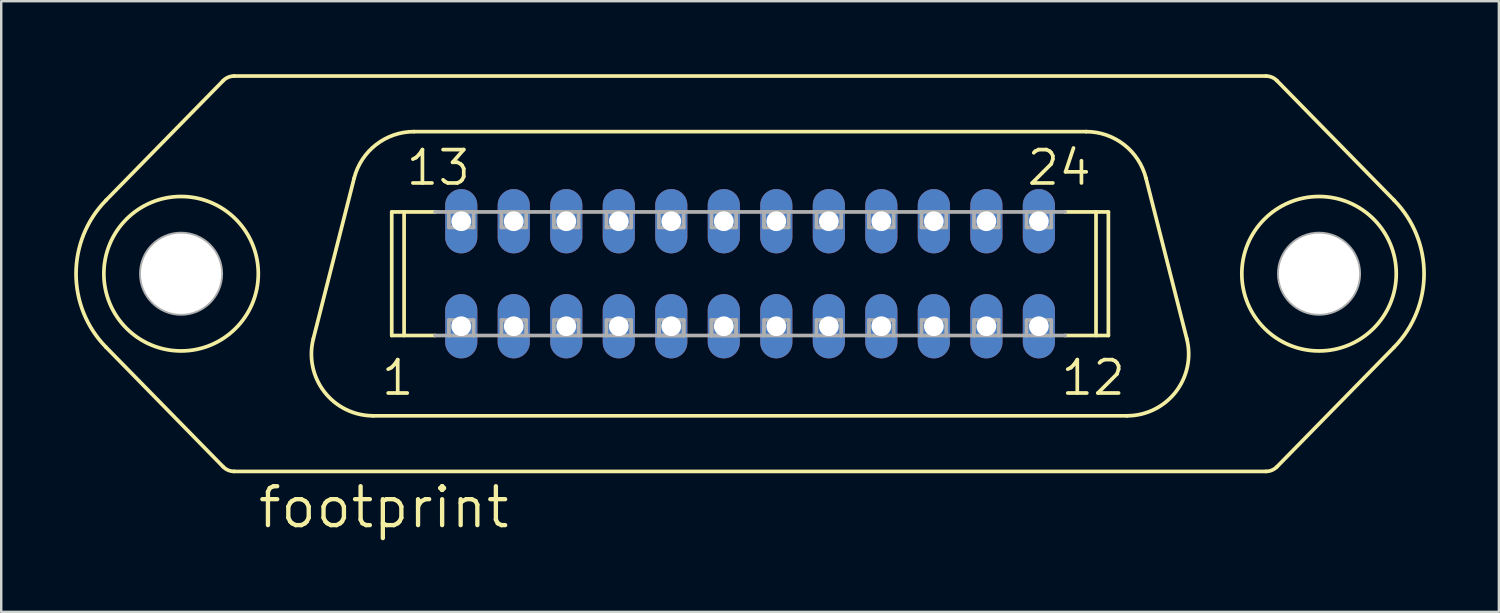
<source format=kicad_pcb>
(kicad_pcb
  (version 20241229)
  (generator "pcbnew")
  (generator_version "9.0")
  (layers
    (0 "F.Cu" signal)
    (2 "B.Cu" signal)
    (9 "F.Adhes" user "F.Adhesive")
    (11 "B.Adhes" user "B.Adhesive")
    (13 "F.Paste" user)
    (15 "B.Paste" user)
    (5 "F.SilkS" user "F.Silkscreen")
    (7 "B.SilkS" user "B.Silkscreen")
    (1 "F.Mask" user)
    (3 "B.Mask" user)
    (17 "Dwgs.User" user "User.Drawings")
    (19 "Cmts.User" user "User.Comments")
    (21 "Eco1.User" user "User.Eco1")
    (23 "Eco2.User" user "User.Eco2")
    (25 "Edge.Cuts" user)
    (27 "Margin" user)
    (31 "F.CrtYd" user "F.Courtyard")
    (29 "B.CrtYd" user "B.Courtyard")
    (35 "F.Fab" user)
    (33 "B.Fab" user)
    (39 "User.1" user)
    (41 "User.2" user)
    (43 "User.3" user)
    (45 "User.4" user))
  (footprint "footprint"
    (layer "F.Cu")
    (at 27.788 8.204)
    (property "Reference" "footprint" (at -20.32 10.541 0) (layer "F.SilkS") (effects (font (size 1.6 1.6) (thickness 0.178)) (justify left bottom)))
    (fp_line (start -21.663 -7.937) (end -26.478 -3.022) (stroke (width 0.152) (type solid)) (layer "F.SilkS"))
    (fp_line (start -21.663 7.937) (end -26.478 3.022) (stroke (width 0.152) (type solid)) (layer "F.SilkS"))
    (fp_line (start -21.209 -8.128) (end 21.209 -8.128) (stroke (width 0.152) (type solid)) (layer "F.SilkS"))
    (fp_line (start -21.209 8.128) (end 21.209 8.128) (stroke (width 0.152) (type solid)) (layer "F.SilkS"))
    (fp_line (start -16.278 -3.928) (end -17.956 2.676) (stroke (width 0.152) (type solid)) (layer "F.SilkS"))
    (fp_line (start -15.494 5.842) (end 15.494 5.842) (stroke (width 0.152) (type solid)) (layer "F.SilkS"))
    (fp_line (start -14.732 -2.54) (end -12.952 -2.54) (stroke (width 0.152) (type solid)) (layer "F.SilkS"))
    (fp_line (start -14.732 2.54) (end -14.732 -2.54) (stroke (width 0.152) (type solid)) (layer "F.SilkS"))
    (fp_line (start -14.732 2.54) (end -12.952 2.54) (stroke (width 0.152) (type solid)) (layer "F.SilkS"))
    (fp_line (start -14.224 2.54) (end -14.224 -2.54) (stroke (width 0.152) (type solid)) (layer "F.SilkS"))
    (fp_line (start -13.816 -5.842) (end 13.816 -5.842) (stroke (width 0.152) (type solid)) (layer "F.SilkS"))
    (fp_line (start 12.952 -2.54) (end 14.732 -2.54) (stroke (width 0.152) (type solid)) (layer "F.SilkS"))
    (fp_line (start 12.952 2.54) (end 14.732 2.54) (stroke (width 0.152) (type solid)) (layer "F.SilkS"))
    (fp_line (start 14.224 2.54) (end 14.224 -2.54) (stroke (width 0.152) (type solid)) (layer "F.SilkS"))
    (fp_line (start 14.732 2.54) (end 14.732 -2.54) (stroke (width 0.152) (type solid)) (layer "F.SilkS"))
    (fp_line (start 16.278 -3.928) (end 17.956 2.676) (stroke (width 0.152) (type solid)) (layer "F.SilkS"))
    (fp_line (start 21.663 -7.937) (end 26.478 -3.022) (stroke (width 0.152) (type solid)) (layer "F.SilkS"))
    (fp_line (start 21.663 7.937) (end 26.478 3.022) (stroke (width 0.152) (type solid)) (layer "F.SilkS"))
    (fp_arc (start -26.477999 3.022001) (mid -27.711365 0.000401) (end -26.478 -3.0212) (stroke (width 0.1524) (type solid)) (layer "F.SilkS"))
    (fp_arc (start -21.663 -7.937) (mid -21.45541 -8.078018) (end -21.2094 -8.1276) (stroke (width 0.1524) (type solid)) (layer "F.SilkS"))
    (fp_arc (start -21.2094 8.1276) (mid -21.45541 8.078018) (end -21.663 7.937) (stroke (width 0.1524) (type solid)) (layer "F.SilkS"))
    (fp_arc (start -16.278 -3.928) (mid -15.375487 -5.307487) (end -13.816199 -5.842401) (stroke (width 0.1524) (type solid)) (layer "F.SilkS"))
    (fp_arc (start -15.494198 5.8416) (mid -17.499285 4.860864) (end -17.956 2.676) (stroke (width 0.1524) (type solid)) (layer "F.SilkS"))
    (fp_arc (start 13.816 -5.842) (mid 15.375288 -5.307086) (end 16.2778 -3.927599) (stroke (width 0.1524) (type solid)) (layer "F.SilkS"))
    (fp_arc (start 17.956 2.675998) (mid 17.499287 4.860862) (end 15.4942 5.8416) (stroke (width 0.1524) (type solid)) (layer "F.SilkS"))
    (fp_arc (start 21.2094 -8.1276) (mid 21.45541 -8.078018) (end 21.663 -7.937) (stroke (width 0.1524) (type solid)) (layer "F.SilkS"))
    (fp_arc (start 21.663 7.937) (mid 21.45541 8.078018) (end 21.2094 8.1276) (stroke (width 0.1524) (type solid)) (layer "F.SilkS"))
    (fp_arc (start 26.477999 -3.021201) (mid 27.711365 0.000399) (end 26.478 3.022) (stroke (width 0.1524) (type solid)) (layer "F.SilkS"))
    (fp_circle (center -23.393 0) (end -20.218 0) (stroke (width 0.152) (type solid)) (fill no) (layer "F.SilkS"))
    (fp_circle (center 23.393 0) (end 26.568 0) (stroke (width 0.152) (type solid)) (fill no) (layer "F.SilkS"))
    (fp_line (start -12.952 -2.54) (end -12.383 -2.54) (stroke (width 0.152) (type solid)) (layer "F.Fab"))
    (fp_line (start -12.952 2.54) (end -12.383 2.54) (stroke (width 0.152) (type solid)) (layer "F.Fab"))
    (fp_line (start -12.383 -2.54) (end -11.367 -2.54) (stroke (width 0.152) (type solid)) (layer "F.Fab"))
    (fp_line (start -12.383 -1.905) (end -12.383 -2.54) (stroke (width 0.152) (type solid)) (layer "F.Fab"))
    (fp_line (start -12.383 1.905) (end -11.367 1.905) (stroke (width 0.152) (type solid)) (layer "F.Fab"))
    (fp_line (start -12.383 2.54) (end -12.383 1.905) (stroke (width 0.152) (type solid)) (layer "F.Fab"))
    (fp_line (start -11.367 -2.54) (end -11.367 -1.905) (stroke (width 0.152) (type solid)) (layer "F.Fab"))
    (fp_line (start -11.367 -2.54) (end -10.223 -2.54) (stroke (width 0.152) (type solid)) (layer "F.Fab"))
    (fp_line (start -11.367 -1.905) (end -12.383 -1.905) (stroke (width 0.152) (type solid)) (layer "F.Fab"))
    (fp_line (start -11.367 1.905) (end -11.367 2.54) (stroke (width 0.152) (type solid)) (layer "F.Fab"))
    (fp_line (start -11.367 2.54) (end -12.383 2.54) (stroke (width 0.152) (type solid)) (layer "F.Fab"))
    (fp_line (start -11.367 2.54) (end -10.223 2.54) (stroke (width 0.152) (type solid)) (layer "F.Fab"))
    (fp_line (start -10.223 -2.54) (end -9.207 -2.54) (stroke (width 0.152) (type solid)) (layer "F.Fab"))
    (fp_line (start -10.223 -1.905) (end -10.223 -2.54) (stroke (width 0.152) (type solid)) (layer "F.Fab"))
    (fp_line (start -10.223 1.905) (end -9.207 1.905) (stroke (width 0.152) (type solid)) (layer "F.Fab"))
    (fp_line (start -10.223 2.54) (end -10.223 1.905) (stroke (width 0.152) (type solid)) (layer "F.Fab"))
    (fp_line (start -9.207 -2.54) (end -9.207 -1.905) (stroke (width 0.152) (type solid)) (layer "F.Fab"))
    (fp_line (start -9.207 -2.54) (end -8.065 -2.54) (stroke (width 0.152) (type solid)) (layer "F.Fab"))
    (fp_line (start -9.207 -1.905) (end -10.223 -1.905) (stroke (width 0.152) (type solid)) (layer "F.Fab"))
    (fp_line (start -9.207 1.905) (end -9.207 2.54) (stroke (width 0.152) (type solid)) (layer "F.Fab"))
    (fp_line (start -9.207 2.54) (end -10.223 2.54) (stroke (width 0.152) (type solid)) (layer "F.Fab"))
    (fp_line (start -9.207 2.54) (end -8.065 2.54) (stroke (width 0.152) (type solid)) (layer "F.Fab"))
    (fp_line (start -8.065 -2.54) (end -7.048 -2.54) (stroke (width 0.152) (type solid)) (layer "F.Fab"))
    (fp_line (start -8.065 -1.905) (end -8.065 -2.54) (stroke (width 0.152) (type solid)) (layer "F.Fab"))
    (fp_line (start -8.065 1.905) (end -7.048 1.905) (stroke (width 0.152) (type solid)) (layer "F.Fab"))
    (fp_line (start -8.065 2.54) (end -8.065 1.905) (stroke (width 0.152) (type solid)) (layer "F.Fab"))
    (fp_line (start -7.048 -2.54) (end -7.048 -1.905) (stroke (width 0.152) (type solid)) (layer "F.Fab"))
    (fp_line (start -7.048 -2.54) (end -5.905 -2.54) (stroke (width 0.152) (type solid)) (layer "F.Fab"))
    (fp_line (start -7.048 -1.905) (end -8.065 -1.905) (stroke (width 0.152) (type solid)) (layer "F.Fab"))
    (fp_line (start -7.048 1.905) (end -7.048 2.54) (stroke (width 0.152) (type solid)) (layer "F.Fab"))
    (fp_line (start -7.048 2.54) (end -8.065 2.54) (stroke (width 0.152) (type solid)) (layer "F.Fab"))
    (fp_line (start -7.048 2.54) (end -5.905 2.54) (stroke (width 0.152) (type solid)) (layer "F.Fab"))
    (fp_line (start -5.905 -2.54) (end -4.889 -2.54) (stroke (width 0.152) (type solid)) (layer "F.Fab"))
    (fp_line (start -5.905 -1.905) (end -5.905 -2.54) (stroke (width 0.152) (type solid)) (layer "F.Fab"))
    (fp_line (start -5.905 1.905) (end -4.889 1.905) (stroke (width 0.152) (type solid)) (layer "F.Fab"))
    (fp_line (start -5.905 2.54) (end -5.905 1.905) (stroke (width 0.152) (type solid)) (layer "F.Fab"))
    (fp_line (start -4.889 -2.54) (end -4.889 -1.905) (stroke (width 0.152) (type solid)) (layer "F.Fab"))
    (fp_line (start -4.889 -2.54) (end -3.747 -2.54) (stroke (width 0.152) (type solid)) (layer "F.Fab"))
    (fp_line (start -4.889 -1.905) (end -5.905 -1.905) (stroke (width 0.152) (type solid)) (layer "F.Fab"))
    (fp_line (start -4.889 1.905) (end -4.889 2.54) (stroke (width 0.152) (type solid)) (layer "F.Fab"))
    (fp_line (start -4.889 2.54) (end -5.905 2.54) (stroke (width 0.152) (type solid)) (layer "F.Fab"))
    (fp_line (start -4.889 2.54) (end -3.747 2.54) (stroke (width 0.152) (type solid)) (layer "F.Fab"))
    (fp_line (start -3.747 -2.54) (end -2.731 -2.54) (stroke (width 0.152) (type solid)) (layer "F.Fab"))
    (fp_line (start -3.747 -1.905) (end -3.747 -2.54) (stroke (width 0.152) (type solid)) (layer "F.Fab"))
    (fp_line (start -3.747 1.905) (end -2.731 1.905) (stroke (width 0.152) (type solid)) (layer "F.Fab"))
    (fp_line (start -3.747 1.905) (end -2.731 1.905) (stroke (width 0.152) (type solid)) (layer "F.Fab"))
    (fp_line (start -3.747 2.54) (end -3.747 1.905) (stroke (width 0.152) (type solid)) (layer "F.Fab"))
    (fp_line (start -3.747 2.54) (end -3.747 1.905) (stroke (width 0.152) (type solid)) (layer "F.Fab"))
    (fp_line (start -2.731 -2.54) (end -2.731 -1.905) (stroke (width 0.152) (type solid)) (layer "F.Fab"))
    (fp_line (start -2.731 -2.54) (end -1.587 -2.54) (stroke (width 0.152) (type solid)) (layer "F.Fab"))
    (fp_line (start -2.731 -1.905) (end -3.747 -1.905) (stroke (width 0.152) (type solid)) (layer "F.Fab"))
    (fp_line (start -2.731 1.905) (end -2.731 2.54) (stroke (width 0.152) (type solid)) (layer "F.Fab"))
    (fp_line (start -2.731 1.905) (end -2.731 2.54) (stroke (width 0.152) (type solid)) (layer "F.Fab"))
    (fp_line (start -2.731 2.54) (end -3.747 2.54) (stroke (width 0.152) (type solid)) (layer "F.Fab"))
    (fp_line (start -2.731 2.54) (end -3.747 2.54) (stroke (width 0.152) (type solid)) (layer "F.Fab"))
    (fp_line (start -2.731 2.54) (end -1.587 2.54) (stroke (width 0.152) (type solid)) (layer "F.Fab"))
    (fp_line (start -1.587 -2.54) (end -0.572 -2.54) (stroke (width 0.152) (type solid)) (layer "F.Fab"))
    (fp_line (start -1.587 -1.905) (end -1.587 -2.54) (stroke (width 0.152) (type solid)) (layer "F.Fab"))
    (fp_line (start -1.587 1.905) (end -0.572 1.905) (stroke (width 0.152) (type solid)) (layer "F.Fab"))
    (fp_line (start -1.587 1.905) (end -0.572 1.905) (stroke (width 0.152) (type solid)) (layer "F.Fab"))
    (fp_line (start -1.587 2.54) (end -1.587 1.905) (stroke (width 0.152) (type solid)) (layer "F.Fab"))
    (fp_line (start -1.587 2.54) (end -1.587 1.905) (stroke (width 0.152) (type solid)) (layer "F.Fab"))
    (fp_line (start -0.572 -2.54) (end -0.572 -1.905) (stroke (width 0.152) (type solid)) (layer "F.Fab"))
    (fp_line (start -0.572 -2.54) (end 0.572 -2.54) (stroke (width 0.152) (type solid)) (layer "F.Fab"))
    (fp_line (start -0.572 -1.905) (end -1.587 -1.905) (stroke (width 0.152) (type solid)) (layer "F.Fab"))
    (fp_line (start -0.572 1.905) (end -0.572 2.54) (stroke (width 0.152) (type solid)) (layer "F.Fab"))
    (fp_line (start -0.572 1.905) (end -0.572 2.54) (stroke (width 0.152) (type solid)) (layer "F.Fab"))
    (fp_line (start -0.572 2.54) (end -1.587 2.54) (stroke (width 0.152) (type solid)) (layer "F.Fab"))
    (fp_line (start -0.572 2.54) (end -1.587 2.54) (stroke (width 0.152) (type solid)) (layer "F.Fab"))
    (fp_line (start -0.572 2.54) (end 0.572 2.54) (stroke (width 0.152) (type solid)) (layer "F.Fab"))
    (fp_line (start 0.572 -2.54) (end 1.587 -2.54) (stroke (width 0.152) (type solid)) (layer "F.Fab"))
    (fp_line (start 0.572 -1.905) (end 0.572 -2.54) (stroke (width 0.152) (type solid)) (layer "F.Fab"))
    (fp_line (start 0.572 1.905) (end 1.587 1.905) (stroke (width 0.152) (type solid)) (layer "F.Fab"))
    (fp_line (start 0.572 2.54) (end 0.572 1.905) (stroke (width 0.152) (type solid)) (layer "F.Fab"))
    (fp_line (start 1.587 -2.54) (end 1.587 -1.905) (stroke (width 0.152) (type solid)) (layer "F.Fab"))
    (fp_line (start 1.587 -2.54) (end 2.731 -2.54) (stroke (width 0.152) (type solid)) (layer "F.Fab"))
    (fp_line (start 1.587 -1.905) (end 0.572 -1.905) (stroke (width 0.152) (type solid)) (layer "F.Fab"))
    (fp_line (start 1.587 1.905) (end 1.587 2.54) (stroke (width 0.152) (type solid)) (layer "F.Fab"))
    (fp_line (start 1.587 2.54) (end 0.572 2.54) (stroke (width 0.152) (type solid)) (layer "F.Fab"))
    (fp_line (start 1.587 2.54) (end 2.731 2.54) (stroke (width 0.152) (type solid)) (layer "F.Fab"))
    (fp_line (start 2.731 -2.54) (end 3.747 -2.54) (stroke (width 0.152) (type solid)) (layer "F.Fab"))
    (fp_line (start 2.731 -1.905) (end 2.731 -2.54) (stroke (width 0.152) (type solid)) (layer "F.Fab"))
    (fp_line (start 2.731 1.905) (end 3.747 1.905) (stroke (width 0.152) (type solid)) (layer "F.Fab"))
    (fp_line (start 2.731 2.54) (end 2.731 1.905) (stroke (width 0.152) (type solid)) (layer "F.Fab"))
    (fp_line (start 3.747 -2.54) (end 3.747 -1.905) (stroke (width 0.152) (type solid)) (layer "F.Fab"))
    (fp_line (start 3.747 -2.54) (end 4.889 -2.54) (stroke (width 0.152) (type solid)) (layer "F.Fab"))
    (fp_line (start 3.747 -1.905) (end 2.731 -1.905) (stroke (width 0.152) (type solid)) (layer "F.Fab"))
    (fp_line (start 3.747 1.905) (end 3.747 2.54) (stroke (width 0.152) (type solid)) (layer "F.Fab"))
    (fp_line (start 3.747 2.54) (end 2.731 2.54) (stroke (width 0.152) (type solid)) (layer "F.Fab"))
    (fp_line (start 3.747 2.54) (end 4.889 2.54) (stroke (width 0.152) (type solid)) (layer "F.Fab"))
    (fp_line (start 4.889 -2.54) (end 5.905 -2.54) (stroke (width 0.152) (type solid)) (layer "F.Fab"))
    (fp_line (start 4.889 -1.905) (end 4.889 -2.54) (stroke (width 0.152) (type solid)) (layer "F.Fab"))
    (fp_line (start 4.889 1.905) (end 5.905 1.905) (stroke (width 0.152) (type solid)) (layer "F.Fab"))
    (fp_line (start 4.889 2.54) (end 4.889 1.905) (stroke (width 0.152) (type solid)) (layer "F.Fab"))
    (fp_line (start 5.905 -2.54) (end 5.905 -1.905) (stroke (width 0.152) (type solid)) (layer "F.Fab"))
    (fp_line (start 5.905 -2.54) (end 7.048 -2.54) (stroke (width 0.152) (type solid)) (layer "F.Fab"))
    (fp_line (start 5.905 -1.905) (end 4.889 -1.905) (stroke (width 0.152) (type solid)) (layer "F.Fab"))
    (fp_line (start 5.905 1.905) (end 5.905 2.54) (stroke (width 0.152) (type solid)) (layer "F.Fab"))
    (fp_line (start 5.905 2.54) (end 4.889 2.54) (stroke (width 0.152) (type solid)) (layer "F.Fab"))
    (fp_line (start 5.905 2.54) (end 7.048 2.54) (stroke (width 0.152) (type solid)) (layer "F.Fab"))
    (fp_line (start 7.048 -2.54) (end 8.065 -2.54) (stroke (width 0.152) (type solid)) (layer "F.Fab"))
    (fp_line (start 7.048 -1.905) (end 7.048 -2.54) (stroke (width 0.152) (type solid)) (layer "F.Fab"))
    (fp_line (start 7.048 1.905) (end 8.065 1.905) (stroke (width 0.152) (type solid)) (layer "F.Fab"))
    (fp_line (start 7.048 2.54) (end 7.048 1.905) (stroke (width 0.152) (type solid)) (layer "F.Fab"))
    (fp_line (start 8.065 -2.54) (end 8.065 -1.905) (stroke (width 0.152) (type solid)) (layer "F.Fab"))
    (fp_line (start 8.065 -2.54) (end 9.207 -2.54) (stroke (width 0.152) (type solid)) (layer "F.Fab"))
    (fp_line (start 8.065 -1.905) (end 7.048 -1.905) (stroke (width 0.152) (type solid)) (layer "F.Fab"))
    (fp_line (start 8.065 1.905) (end 8.065 2.54) (stroke (width 0.152) (type solid)) (layer "F.Fab"))
    (fp_line (start 8.065 2.54) (end 7.048 2.54) (stroke (width 0.152) (type solid)) (layer "F.Fab"))
    (fp_line (start 8.065 2.54) (end 9.207 2.54) (stroke (width 0.152) (type solid)) (layer "F.Fab"))
    (fp_line (start 9.207 -2.54) (end 10.223 -2.54) (stroke (width 0.152) (type solid)) (layer "F.Fab"))
    (fp_line (start 9.207 -1.905) (end 9.207 -2.54) (stroke (width 0.152) (type solid)) (layer "F.Fab"))
    (fp_line (start 9.207 1.905) (end 10.223 1.905) (stroke (width 0.152) (type solid)) (layer "F.Fab"))
    (fp_line (start 9.207 2.54) (end 9.207 1.905) (stroke (width 0.152) (type solid)) (layer "F.Fab"))
    (fp_line (start 10.223 -2.54) (end 10.223 -1.905) (stroke (width 0.152) (type solid)) (layer "F.Fab"))
    (fp_line (start 10.223 -2.54) (end 11.367 -2.54) (stroke (width 0.152) (type solid)) (layer "F.Fab"))
    (fp_line (start 10.223 -1.905) (end 9.207 -1.905) (stroke (width 0.152) (type solid)) (layer "F.Fab"))
    (fp_line (start 10.223 1.905) (end 10.223 2.54) (stroke (width 0.152) (type solid)) (layer "F.Fab"))
    (fp_line (start 10.223 2.54) (end 9.207 2.54) (stroke (width 0.152) (type solid)) (layer "F.Fab"))
    (fp_line (start 10.223 2.54) (end 11.367 2.54) (stroke (width 0.152) (type solid)) (layer "F.Fab"))
    (fp_line (start 11.367 -2.54) (end 12.383 -2.54) (stroke (width 0.152) (type solid)) (layer "F.Fab"))
    (fp_line (start 11.367 -1.905) (end 11.367 -2.54) (stroke (width 0.152) (type solid)) (layer "F.Fab"))
    (fp_line (start 11.367 1.905) (end 12.383 1.905) (stroke (width 0.152) (type solid)) (layer "F.Fab"))
    (fp_line (start 11.367 2.54) (end 11.367 1.905) (stroke (width 0.152) (type solid)) (layer "F.Fab"))
    (fp_line (start 12.383 -2.54) (end 12.383 -1.905) (stroke (width 0.152) (type solid)) (layer "F.Fab"))
    (fp_line (start 12.383 -2.54) (end 12.952 -2.54) (stroke (width 0.152) (type solid)) (layer "F.Fab"))
    (fp_line (start 12.383 -1.905) (end 11.367 -1.905) (stroke (width 0.152) (type solid)) (layer "F.Fab"))
    (fp_line (start 12.383 1.905) (end 12.383 2.54) (stroke (width 0.152) (type solid)) (layer "F.Fab"))
    (fp_line (start 12.383 2.54) (end 11.367 2.54) (stroke (width 0.152) (type solid)) (layer "F.Fab"))
    (fp_line (start 12.383 2.54) (end 12.952 2.54) (stroke (width 0.152) (type solid)) (layer "F.Fab"))
    (fp_circle (center -23.393 0) (end -21.742 0) (stroke (width 0.152) (type solid)) (fill no) (layer "F.Fab"))
    (fp_circle (center 23.393 0) (end 25.044 0) (stroke (width 0.152) (type solid)) (fill no) (layer "F.Fab"))
    (fp_poly (pts (xy -12.383 -1.905) (xy -11.367 -1.905) (xy -11.367 -2.54) (xy -12.383 -2.54)) (stroke (width 0.1) (type solid)) (fill no) (layer "F.Fab"))
    (fp_poly (pts (xy -12.383 2.54) (xy -11.367 2.54) (xy -11.367 1.905) (xy -12.383 1.905)) (stroke (width 0.1) (type solid)) (fill no) (layer "F.Fab"))
    (fp_poly (pts (xy -10.223 -1.905) (xy -9.207 -1.905) (xy -9.207 -2.54) (xy -10.223 -2.54)) (stroke (width 0.1) (type solid)) (fill no) (layer "F.Fab"))
    (fp_poly (pts (xy -10.223 2.54) (xy -9.207 2.54) (xy -9.207 1.905) (xy -10.223 1.905)) (stroke (width 0.1) (type solid)) (fill no) (layer "F.Fab"))
    (fp_poly (pts (xy -8.065 -1.905) (xy -7.048 -1.905) (xy -7.048 -2.54) (xy -8.065 -2.54)) (stroke (width 0.1) (type solid)) (fill no) (layer "F.Fab"))
    (fp_poly (pts (xy -8.065 2.54) (xy -7.048 2.54) (xy -7.048 1.905) (xy -8.065 1.905)) (stroke (width 0.1) (type solid)) (fill no) (layer "F.Fab"))
    (fp_poly (pts (xy -5.905 -1.905) (xy -4.889 -1.905) (xy -4.889 -2.54) (xy -5.905 -2.54)) (stroke (width 0.1) (type solid)) (fill no) (layer "F.Fab"))
    (fp_poly (pts (xy -5.905 2.54) (xy -4.889 2.54) (xy -4.889 1.905) (xy -5.905 1.905)) (stroke (width 0.1) (type solid)) (fill no) (layer "F.Fab"))
    (fp_poly (pts (xy -3.747 -1.905) (xy -2.731 -1.905) (xy -2.731 -2.54) (xy -3.747 -2.54)) (stroke (width 0.1) (type solid)) (fill no) (layer "F.Fab"))
    (fp_poly (pts (xy -3.747 2.54) (xy -2.731 2.54) (xy -2.731 1.905) (xy -3.747 1.905)) (stroke (width 0.1) (type solid)) (fill no) (layer "F.Fab"))
    (fp_poly (pts (xy -1.587 -1.905) (xy -0.572 -1.905) (xy -0.572 -2.54) (xy -1.587 -2.54)) (stroke (width 0.1) (type solid)) (fill no) (layer "F.Fab"))
    (fp_poly (pts (xy -1.587 2.54) (xy -0.572 2.54) (xy -0.572 1.905) (xy -1.587 1.905)) (stroke (width 0.1) (type solid)) (fill no) (layer "F.Fab"))
    (fp_poly (pts (xy 0.572 -1.905) (xy 1.587 -1.905) (xy 1.587 -2.54) (xy 0.572 -2.54)) (stroke (width 0.1) (type solid)) (fill no) (layer "F.Fab"))
    (fp_poly (pts (xy 0.572 2.54) (xy 1.587 2.54) (xy 1.587 1.905) (xy 0.572 1.905)) (stroke (width 0.1) (type solid)) (fill no) (layer "F.Fab"))
    (fp_poly (pts (xy 2.731 -1.905) (xy 3.747 -1.905) (xy 3.747 -2.54) (xy 2.731 -2.54)) (stroke (width 0.1) (type solid)) (fill no) (layer "F.Fab"))
    (fp_poly (pts (xy 2.731 2.54) (xy 3.747 2.54) (xy 3.747 1.905) (xy 2.731 1.905)) (stroke (width 0.1) (type solid)) (fill no) (layer "F.Fab"))
    (fp_poly (pts (xy 4.889 -1.905) (xy 5.905 -1.905) (xy 5.905 -2.54) (xy 4.889 -2.54)) (stroke (width 0.1) (type solid)) (fill no) (layer "F.Fab"))
    (fp_poly (pts (xy 4.889 2.54) (xy 5.905 2.54) (xy 5.905 1.905) (xy 4.889 1.905)) (stroke (width 0.1) (type solid)) (fill no) (layer "F.Fab"))
    (fp_poly (pts (xy 7.048 -1.905) (xy 8.065 -1.905) (xy 8.065 -2.54) (xy 7.048 -2.54)) (stroke (width 0.1) (type solid)) (fill no) (layer "F.Fab"))
    (fp_poly (pts (xy 7.048 2.54) (xy 8.065 2.54) (xy 8.065 1.905) (xy 7.048 1.905)) (stroke (width 0.1) (type solid)) (fill no) (layer "F.Fab"))
    (fp_poly (pts (xy 9.207 -1.905) (xy 10.223 -1.905) (xy 10.223 -2.54) (xy 9.207 -2.54)) (stroke (width 0.1) (type solid)) (fill no) (layer "F.Fab"))
    (fp_poly (pts (xy 9.207 2.54) (xy 10.223 2.54) (xy 10.223 1.905) (xy 9.207 1.905)) (stroke (width 0.1) (type solid)) (fill no) (layer "F.Fab"))
    (fp_poly (pts (xy 11.367 -1.905) (xy 12.383 -1.905) (xy 12.383 -2.54) (xy 11.367 -2.54)) (stroke (width 0.1) (type solid)) (fill no) (layer "F.Fab"))
    (fp_poly (pts (xy 11.367 2.54) (xy 12.383 2.54) (xy 12.383 1.905) (xy 11.367 1.905)) (stroke (width 0.1) (type solid)) (fill no) (layer "F.Fab"))
    (fp_text user "13" (at -14.224 -3.556 0) (layer "F.SilkS") (effects (font (size 1.372 1.372) (thickness 0.152)) (justify left bottom)))
    (fp_text user "24" (at 11.303 -3.556 0) (layer "F.SilkS") (effects (font (size 1.372 1.372) (thickness 0.152)) (justify left bottom)))
    (fp_text user "1" (at -15.24 5.08 0) (layer "F.SilkS") (effects (font (size 1.372 1.372) (thickness 0.152)) (justify left bottom)))
    (fp_text user "12" (at 12.7 5.08 0) (layer "F.SilkS") (effects (font (size 1.372 1.372) (thickness 0.152)) (justify left bottom)))
    (pad "" np_thru_hole circle (at -23.393 0) (size 3.302 3.302) (drill 3.302) (layers "*.Cu" "*.Mask"))
    (pad "" np_thru_hole circle (at 23.393 0) (size 3.302 3.302) (drill 3.302) (layers "*.Cu" "*.Mask"))
    (pad "1" thru_hole oval (at -11.874 2.159 90) (size 2.642 1.321) (drill 0.813) (layers "*.Cu" "*.Mask"))
    (pad "2" thru_hole oval (at -9.716 2.159 90) (size 2.642 1.321) (drill 0.813) (layers "*.Cu" "*.Mask"))
    (pad "3" thru_hole oval (at -7.556 2.159 90) (size 2.642 1.321) (drill 0.813) (layers "*.Cu" "*.Mask"))
    (pad "4" thru_hole oval (at -5.397 2.159 90) (size 2.642 1.321) (drill 0.813) (layers "*.Cu" "*.Mask"))
    (pad "5" thru_hole oval (at -3.239 2.159 90) (size 2.642 1.321) (drill 0.813) (layers "*.Cu" "*.Mask"))
    (pad "6" thru_hole oval (at -1.079 2.159 90) (size 2.642 1.321) (drill 0.813) (layers "*.Cu" "*.Mask"))
    (pad "7" thru_hole oval (at 1.079 2.159 90) (size 2.642 1.321) (drill 0.813) (layers "*.Cu" "*.Mask"))
    (pad "8" thru_hole oval (at 3.239 2.159 90) (size 2.642 1.321) (drill 0.813) (layers "*.Cu" "*.Mask"))
    (pad "9" thru_hole oval (at 5.397 2.159 90) (size 2.642 1.321) (drill 0.813) (layers "*.Cu" "*.Mask"))
    (pad "10" thru_hole oval (at 7.556 2.159 90) (size 2.642 1.321) (drill 0.813) (layers "*.Cu" "*.Mask"))
    (pad "11" thru_hole oval (at 9.716 2.159 90) (size 2.642 1.321) (drill 0.813) (layers "*.Cu" "*.Mask"))
    (pad "12" thru_hole oval (at 11.874 2.159 90) (size 2.642 1.321) (drill 0.813) (layers "*.Cu" "*.Mask"))
    (pad "13" thru_hole oval (at -11.874 -2.159 90) (size 2.642 1.321) (drill 0.813) (layers "*.Cu" "*.Mask"))
    (pad "14" thru_hole oval (at -9.716 -2.159 90) (size 2.642 1.321) (drill 0.813) (layers "*.Cu" "*.Mask"))
    (pad "15" thru_hole oval (at -7.556 -2.159 90) (size 2.642 1.321) (drill 0.813) (layers "*.Cu" "*.Mask"))
    (pad "16" thru_hole oval (at -5.397 -2.159 90) (size 2.642 1.321) (drill 0.813) (layers "*.Cu" "*.Mask"))
    (pad "17" thru_hole oval (at -3.239 -2.159 90) (size 2.642 1.321) (drill 0.813) (layers "*.Cu" "*.Mask"))
    (pad "18" thru_hole oval (at -1.079 -2.159 90) (size 2.642 1.321) (drill 0.813) (layers "*.Cu" "*.Mask"))
    (pad "19" thru_hole oval (at 1.079 -2.159 90) (size 2.642 1.321) (drill 0.813) (layers "*.Cu" "*.Mask"))
    (pad "20" thru_hole oval (at 3.239 -2.159 90) (size 2.642 1.321) (drill 0.813) (layers "*.Cu" "*.Mask"))
    (pad "21" thru_hole oval (at 5.397 -2.159 90) (size 2.642 1.321) (drill 0.813) (layers "*.Cu" "*.Mask"))
    (pad "22" thru_hole oval (at 7.556 -2.159 90) (size 2.642 1.321) (drill 0.813) (layers "*.Cu" "*.Mask"))
    (pad "23" thru_hole oval (at 9.716 -2.159 90) (size 2.642 1.321) (drill 0.813) (layers "*.Cu" "*.Mask"))
    (pad "24" thru_hole oval (at 11.874 -2.159 90) (size 2.642 1.321) (drill 0.813) (layers "*.Cu" "*.Mask"))
    (zone (net_name "") (layers "F.Cu" "B.Cu") (hatch edge 0.508) (connect_pads) (min_thickness 0.254) (filled_areas_thickness no) (keepout (tracks allowed) (vias not_allowed) (pads allowed) (copperpour allowed) (footprints allowed)) (placement (enabled no)) (fill) (polygon (pts (xy 7.442 8.204) (xy 7.396 7.675) (xy 7.258 7.162) (xy 7.034 6.68) (xy 6.729 6.245) (xy 6.353 5.869) (xy 5.918 5.565) (xy 5.437 5.34) (xy 4.923 5.203) (xy 4.394 5.156) (xy 3.865 5.203) (xy 3.352 5.34) (xy 2.87 5.565) (xy 2.435 5.869) (xy 2.059 6.245) (xy 1.755 6.68) (xy 1.53 7.162) (xy 1.392 7.675) (xy 1.346 8.204) (xy 1.392 8.733) (xy 1.53 9.247) (xy 1.755 9.728) (xy 2.059 10.163) (xy 2.435 10.539) (xy 2.87 10.844) (xy 3.352 11.068) (xy 3.865 11.206) (xy 4.394 11.252) (xy 4.923 11.206) (xy 5.437 11.068) (xy 5.918 10.844) (xy 6.353 10.539) (xy 6.729 10.163) (xy 7.034 9.728) (xy 7.258 9.247) (xy 7.396 8.733))))
    (zone (net_name "") (layers "F.Cu" "B.Cu") (hatch edge 0.508) (connect_pads) (min_thickness 0.254) (filled_areas_thickness no) (keepout (tracks allowed) (vias not_allowed) (pads allowed) (copperpour allowed) (footprints allowed)) (placement (enabled no)) (fill) (polygon (pts (xy 54.229 8.204) (xy 54.183 7.675) (xy 54.045 7.162) (xy 53.821 6.68) (xy 53.516 6.245) (xy 53.14 5.869) (xy 52.705 5.565) (xy 52.223 5.34) (xy 51.71 5.203) (xy 51.181 5.156) (xy 50.652 5.203) (xy 50.138 5.34) (xy 49.657 5.565) (xy 49.222 5.869) (xy 48.846 6.245) (xy 48.541 6.68) (xy 48.317 7.162) (xy 48.179 7.675) (xy 48.133 8.204) (xy 48.179 8.733) (xy 48.317 9.247) (xy 48.541 9.728) (xy 48.846 10.163) (xy 49.222 10.539) (xy 49.657 10.844) (xy 50.138 11.068) (xy 50.652 11.206) (xy 51.181 11.252) (xy 51.71 11.206) (xy 52.223 11.068) (xy 52.705 10.844) (xy 53.14 10.539) (xy 53.516 10.163) (xy 53.821 9.728) (xy 54.045 9.247) (xy 54.183 8.733))))
    (zone (net_name "") (layer "B.Cu") (hatch edge 0.508) (connect_pads) (min_thickness 0.254) (filled_areas_thickness no) (keepout (tracks not_allowed) (vias not_allowed) (pads not_allowed) (copperpour not_allowed) (footprints allowed)) (placement (enabled no)) (fill) (polygon (pts (xy 7.442 8.204) (xy 7.396 7.675) (xy 7.258 7.162) (xy 7.034 6.68) (xy 6.729 6.245) (xy 6.353 5.869) (xy 5.918 5.565) (xy 5.437 5.34) (xy 4.923 5.203) (xy 4.394 5.156) (xy 3.865 5.203) (xy 3.352 5.34) (xy 2.87 5.565) (xy 2.435 5.869) (xy 2.059 6.245) (xy 1.755 6.68) (xy 1.53 7.162) (xy 1.392 7.675) (xy 1.346 8.204) (xy 1.392 8.733) (xy 1.53 9.247) (xy 1.755 9.728) (xy 2.059 10.163) (xy 2.435 10.539) (xy 2.87 10.844) (xy 3.352 11.068) (xy 3.865 11.206) (xy 4.394 11.252) (xy 4.923 11.206) (xy 5.437 11.068) (xy 5.918 10.844) (xy 6.353 10.539) (xy 6.729 10.163) (xy 7.034 9.728) (xy 7.258 9.247) (xy 7.396 8.733))))
    (zone (net_name "") (layer "B.Cu") (hatch edge 0.508) (connect_pads) (min_thickness 0.254) (filled_areas_thickness no) (keepout (tracks not_allowed) (vias not_allowed) (pads not_allowed) (copperpour not_allowed) (footprints allowed)) (placement (enabled no)) (fill) (polygon (pts (xy 54.229 8.204) (xy 54.183 7.675) (xy 54.045 7.162) (xy 53.821 6.68) (xy 53.516 6.245) (xy 53.14 5.869) (xy 52.705 5.565) (xy 52.223 5.34) (xy 51.71 5.203) (xy 51.181 5.156) (xy 50.652 5.203) (xy 50.138 5.34) (xy 49.657 5.565) (xy 49.222 5.869) (xy 48.846 6.245) (xy 48.541 6.68) (xy 48.317 7.162) (xy 48.179 7.675) (xy 48.133 8.204) (xy 48.179 8.733) (xy 48.317 9.247) (xy 48.541 9.728) (xy 48.846 10.163) (xy 49.222 10.539) (xy 49.657 10.844) (xy 50.138 11.068) (xy 50.652 11.206) (xy 51.181 11.252) (xy 51.71 11.206) (xy 52.223 11.068) (xy 52.705 10.844) (xy 53.14 10.539) (xy 53.516 10.163) (xy 53.821 9.728) (xy 54.045 9.247) (xy 54.183 8.733)))))
  (gr_rect
    (start -3 -3)
    (end 58.575 22.108)
    (stroke (width 0.1) (type default))
    (fill no)
    (layer "Edge.Cuts")))
</source>
